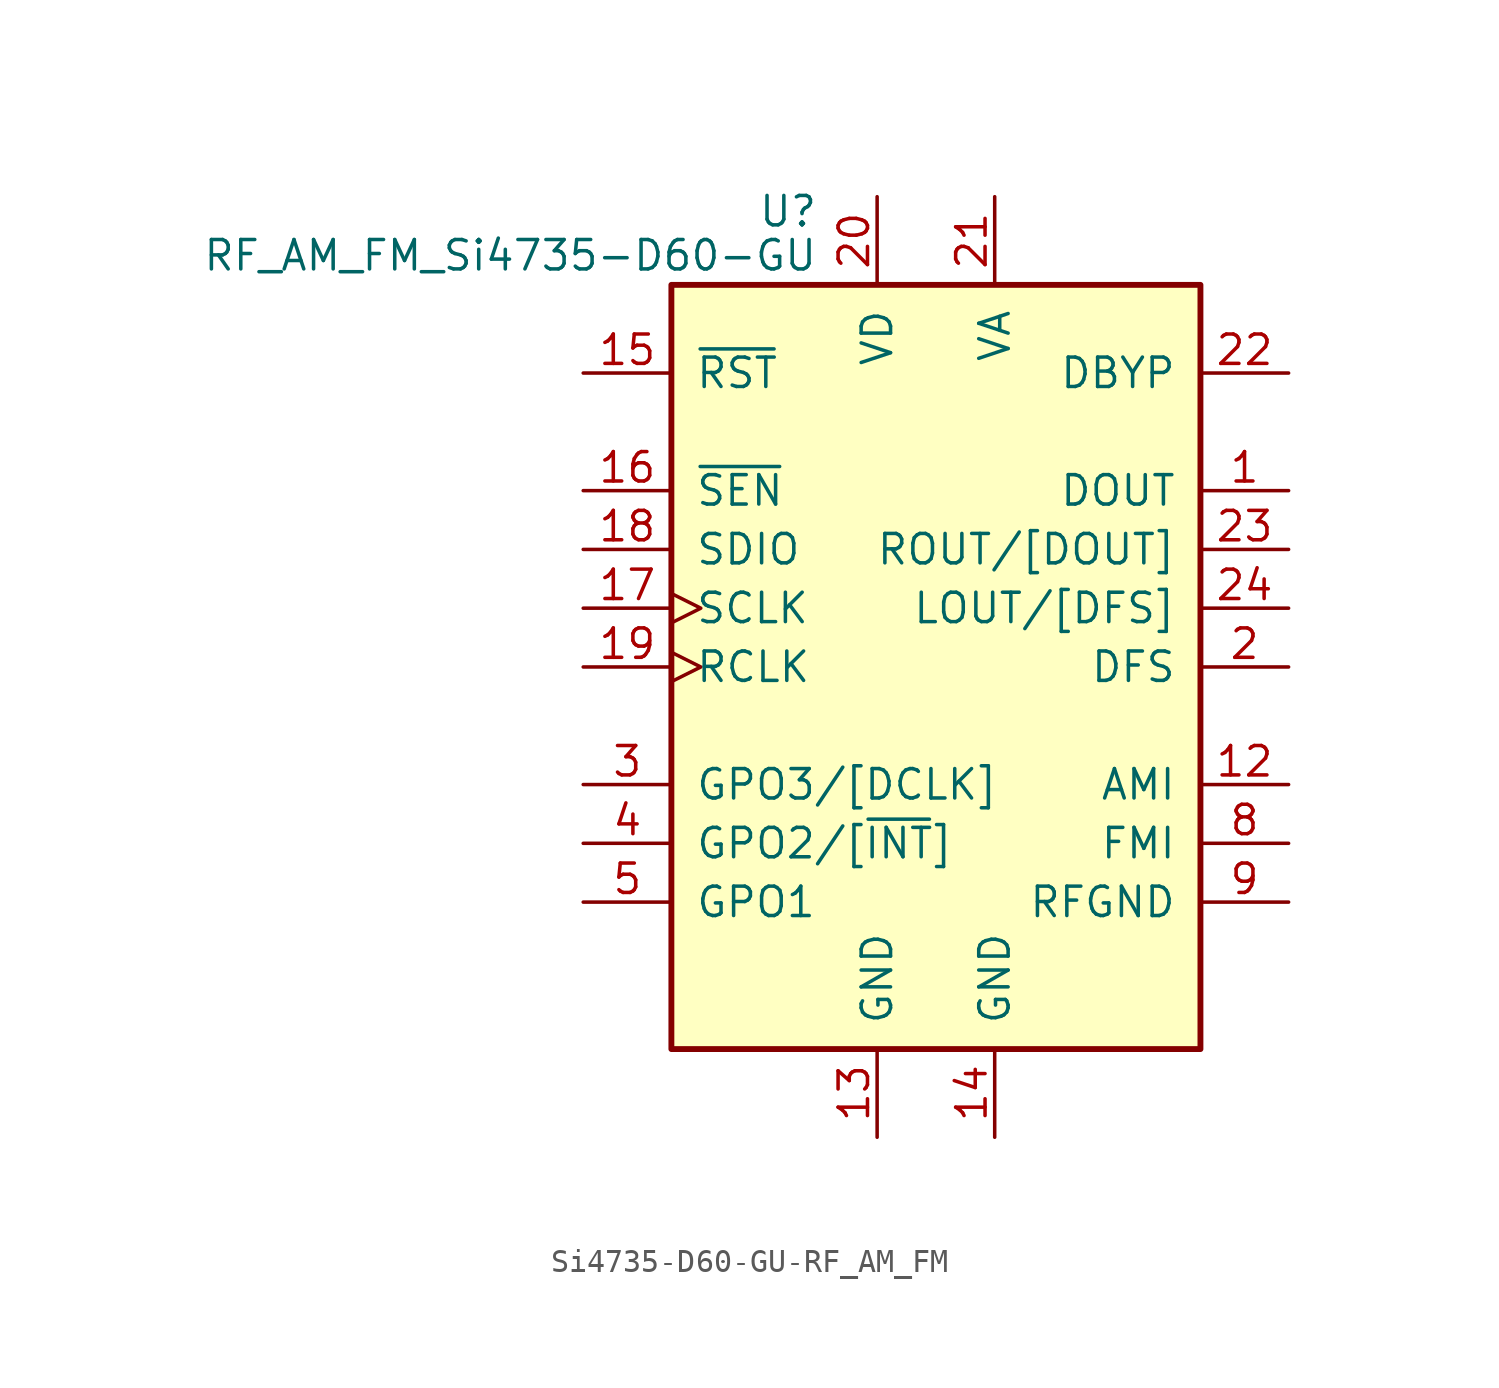
<source format=kicad_sym>
(kicad_symbol_lib
  (version 20231120)
  (generator "kicad_symbol_editor")
  (generator_version "8.0")
  (symbol "Si4735-D60-GU-RF_AM_FM"
    (pin_names
      (offset 1.016))
    (property "Reference" "U"
      (at -5.08 19.685 0)
      (effects (font (size 1.27 1.27)) (justify right)))
    (property "Value" "RF_AM_FM_Si4735-D60-GU"
      (at -5.08 17.78 0)
      (effects (font (size 1.27 1.27)) (justify right)))
    (symbol "Si4735-D60-GU-RF_AM_FM_0_1"
      (rectangle (start 11.43 16.51) (end -11.43 -16.51) (stroke (width 0.254) (type solid)) (fill (type background))))
    (symbol "Si4735-D60-GU-RF_AM_FM_1_1"
      (pin output line (at 15.24 7.62 180) (length 3.81) (name "DOUT" (effects (font (size 1.27 1.27)))) (number "1" (effects (font (size 1.27 1.27)))))
      (pin no_connect line (at -5.08 -20.32 90) (length 3.81) hide (name "NC" (effects (font (size 1.27 1.27)))) (number "10" (effects (font (size 1.27 1.27)))))
      (pin no_connect line (at 5.08 -20.32 90) (length 3.81) hide (name "NC" (effects (font (size 1.27 1.27)))) (number "11" (effects (font (size 1.27 1.27)))))
      (pin input line (at 15.24 -5.08 180) (length 3.81) (name "AMI" (effects (font (size 1.27 1.27)))) (number "12" (effects (font (size 1.27 1.27)))))
      (pin power_in line (at -2.54 -20.32 90) (length 3.81) (name "GND" (effects (font (size 1.27 1.27)))) (number "13" (effects (font (size 1.27 1.27)))))
      (pin power_in line (at 2.54 -20.32 90) (length 3.81) (name "GND" (effects (font (size 1.27 1.27)))) (number "14" (effects (font (size 1.27 1.27)))))
      (pin input line (at -15.24 12.7 0) (length 3.81) (name "~{RST}" (effects (font (size 1.27 1.27)))) (number "15" (effects (font (size 1.27 1.27)))))
      (pin input line (at -15.24 7.62 0) (length 3.81) (name "~{SEN}" (effects (font (size 1.27 1.27)))) (number "16" (effects (font (size 1.27 1.27)))))
      (pin input clock (at -15.24 2.54 0) (length 3.81) (name "SCLK" (effects (font (size 1.27 1.27)))) (number "17" (effects (font (size 1.27 1.27)))))
      (pin bidirectional line (at -15.24 5.08 0) (length 3.81) (name "SDIO" (effects (font (size 1.27 1.27)))) (number "18" (effects (font (size 1.27 1.27)))))
      (pin input clock (at -15.24 0 0) (length 3.81) (name "RCLK" (effects (font (size 1.27 1.27)))) (number "19" (effects (font (size 1.27 1.27)))))
      (pin input line (at 15.24 0 180) (length 3.81) (name "DFS" (effects (font (size 1.27 1.27)))) (number "2" (effects (font (size 1.27 1.27)))))
      (pin power_in line (at -2.54 20.32 270) (length 3.81) (name "VD" (effects (font (size 1.27 1.27)))) (number "20" (effects (font (size 1.27 1.27)))))
      (pin power_in line (at 2.54 20.32 270) (length 3.81) (name "VA" (effects (font (size 1.27 1.27)))) (number "21" (effects (font (size 1.27 1.27)))))
      (pin passive line (at 15.24 12.7 180) (length 3.81) (name "DBYP" (effects (font (size 1.27 1.27)))) (number "22" (effects (font (size 1.27 1.27)))))
      (pin output line (at 15.24 5.08 180) (length 3.81) (name "ROUT/[DOUT]" (effects (font (size 1.27 1.27)))) (number "23" (effects (font (size 1.27 1.27)))))
      (pin bidirectional line (at 15.24 2.54 180) (length 3.81) (name "LOUT/[DFS]" (effects (font (size 1.27 1.27)))) (number "24" (effects (font (size 1.27 1.27)))))
      (pin bidirectional line (at -15.24 -5.08 0) (length 3.81) (name "GPO3/[DCLK]" (effects (font (size 1.27 1.27)))) (number "3" (effects (font (size 1.27 1.27)))))
      (pin output line (at -15.24 -7.62 0) (length 3.81) (name "GPO2/[~{INT}]" (effects (font (size 1.27 1.27)))) (number "4" (effects (font (size 1.27 1.27)))))
      (pin output line (at -15.24 -10.16 0) (length 3.81) (name "GPO1" (effects (font (size 1.27 1.27)))) (number "5" (effects (font (size 1.27 1.27)))))
      (pin no_connect line (at -15.24 -12.7 0) (length 3.81) hide (name "NC" (effects (font (size 1.27 1.27)))) (number "6" (effects (font (size 1.27 1.27)))))
      (pin no_connect line (at 15.24 -12.7 180) (length 3.81) hide (name "NC" (effects (font (size 1.27 1.27)))) (number "7" (effects (font (size 1.27 1.27)))))
      (pin input line (at 15.24 -7.62 180) (length 3.81) (name "FMI" (effects (font (size 1.27 1.27)))) (number "8" (effects (font (size 1.27 1.27)))))
      (pin power_in line (at 15.24 -10.16 180) (length 3.81) (name "RFGND" (effects (font (size 1.27 1.27)))) (number "9" (effects (font (size 1.27 1.27))))))))
</source>
